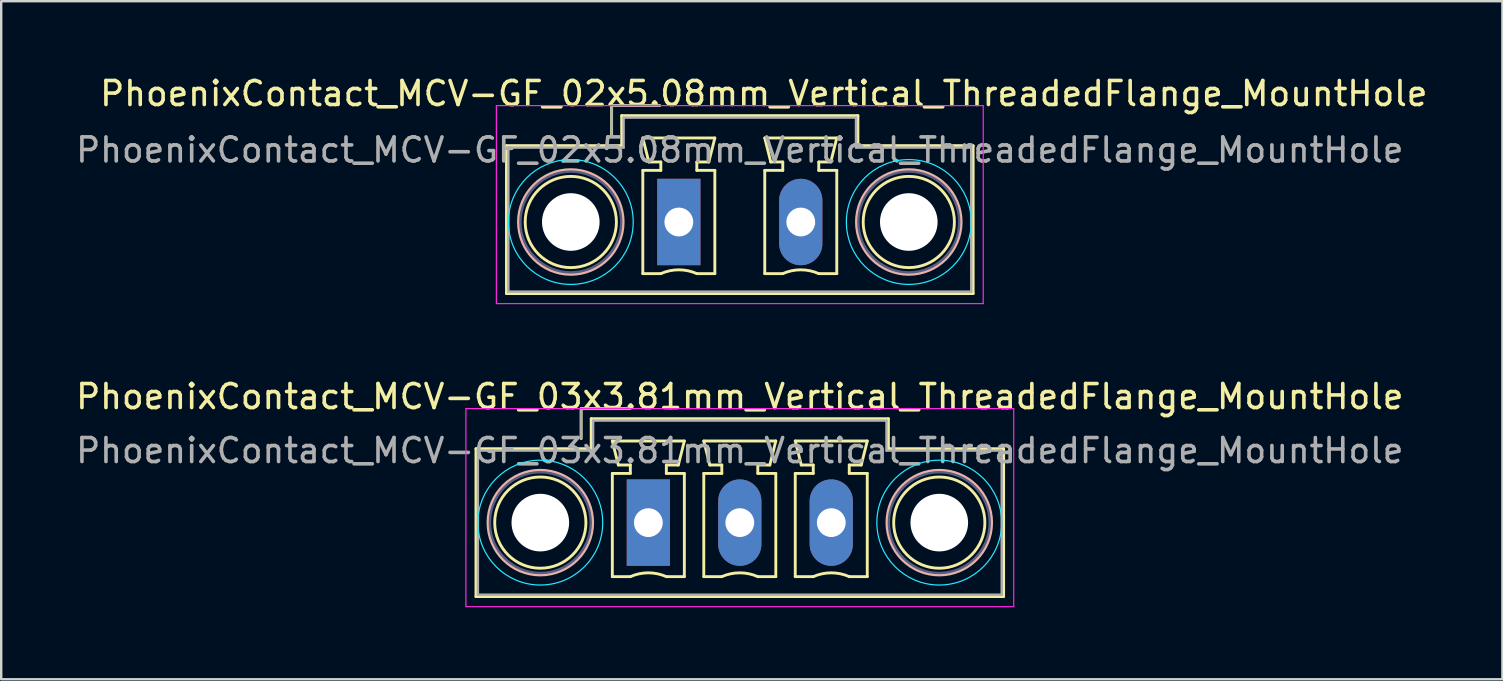
<source format=kicad_pcb>
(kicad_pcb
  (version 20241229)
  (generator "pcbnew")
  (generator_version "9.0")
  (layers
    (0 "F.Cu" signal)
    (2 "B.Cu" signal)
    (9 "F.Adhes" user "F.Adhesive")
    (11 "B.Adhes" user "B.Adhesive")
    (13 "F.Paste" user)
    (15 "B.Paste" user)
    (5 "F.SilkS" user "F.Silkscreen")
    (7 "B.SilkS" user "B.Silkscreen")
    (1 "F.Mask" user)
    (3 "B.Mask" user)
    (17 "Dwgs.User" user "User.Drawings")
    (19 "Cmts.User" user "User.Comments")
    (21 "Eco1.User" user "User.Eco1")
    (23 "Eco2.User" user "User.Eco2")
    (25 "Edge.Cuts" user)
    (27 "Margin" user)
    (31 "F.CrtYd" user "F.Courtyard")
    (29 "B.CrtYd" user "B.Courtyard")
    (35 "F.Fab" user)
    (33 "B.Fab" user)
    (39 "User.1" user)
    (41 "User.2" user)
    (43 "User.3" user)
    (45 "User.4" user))
  (footprint "PhoenixContact_MCV-GF_02x5.08mm_Vertical_ThreadedFlange_MountHole"
    (layer "F.Cu")
    (at 25.228 6.198)
    (property "Reference" "PhoenixContact_MCV-GF_02x5.08mm_Vertical_ThreadedFlange_MountHole" (at 3.54 -5.35 0) (layer "F.SilkS") (effects (font (size 1 1) (thickness 0.15))))
    (attr through_hole)
    (fp_line (start -7.18 -3.18) (end -7.18 2.98) (stroke (width 0.12) (type solid)) (layer "F.SilkS"))
    (fp_line (start -7.18 2.98) (end 12.26 2.98) (stroke (width 0.12) (type solid)) (layer "F.SilkS"))
    (fp_line (start -2.8 -4.85) (end -0.8 -4.85) (stroke (width 0.12) (type solid)) (layer "F.SilkS"))
    (fp_line (start -2.8 -3.6) (end -2.8 -4.85) (stroke (width 0.12) (type solid)) (layer "F.SilkS"))
    (fp_line (start -2.38 -4.43) (end -2.38 -3.18) (stroke (width 0.12) (type solid)) (layer "F.SilkS"))
    (fp_line (start -2.38 -3.18) (end -7.18 -3.18) (stroke (width 0.12) (type solid)) (layer "F.SilkS"))
    (fp_line (start -1.5 -3.5) (end 1.5 -3.5) (stroke (width 0.12) (type solid)) (layer "F.SilkS"))
    (fp_line (start -1.5 -2.15) (end -0.75 -2.15) (stroke (width 0.12) (type solid)) (layer "F.SilkS"))
    (fp_line (start -1.5 2.15) (end -1.5 -2.15) (stroke (width 0.12) (type solid)) (layer "F.SilkS"))
    (fp_line (start -1.25 -2.5) (end -1.5 -3.5) (stroke (width 0.12) (type solid)) (layer "F.SilkS"))
    (fp_line (start -0.75 -2.5) (end -1.25 -2.5) (stroke (width 0.12) (type solid)) (layer "F.SilkS"))
    (fp_line (start -0.75 -2.15) (end -0.75 -2.5) (stroke (width 0.12) (type solid)) (layer "F.SilkS"))
    (fp_line (start -0.75 2.15) (end -1.5 2.15) (stroke (width 0.12) (type solid)) (layer "F.SilkS"))
    (fp_line (start 0.75 -2.5) (end 0.75 -2.15) (stroke (width 0.12) (type solid)) (layer "F.SilkS"))
    (fp_line (start 0.75 -2.15) (end 1.5 -2.15) (stroke (width 0.12) (type solid)) (layer "F.SilkS"))
    (fp_line (start 1.25 -2.5) (end 0.75 -2.5) (stroke (width 0.12) (type solid)) (layer "F.SilkS"))
    (fp_line (start 1.5 -3.5) (end 1.25 -2.5) (stroke (width 0.12) (type solid)) (layer "F.SilkS"))
    (fp_line (start 1.5 -2.15) (end 1.5 2.15) (stroke (width 0.12) (type solid)) (layer "F.SilkS"))
    (fp_line (start 1.5 2.15) (end 0.75 2.15) (stroke (width 0.12) (type solid)) (layer "F.SilkS"))
    (fp_line (start 3.58 -3.5) (end 6.58 -3.5) (stroke (width 0.12) (type solid)) (layer "F.SilkS"))
    (fp_line (start 3.58 -2.15) (end 4.33 -2.15) (stroke (width 0.12) (type solid)) (layer "F.SilkS"))
    (fp_line (start 3.58 2.15) (end 3.58 -2.15) (stroke (width 0.12) (type solid)) (layer "F.SilkS"))
    (fp_line (start 3.83 -2.5) (end 3.58 -3.5) (stroke (width 0.12) (type solid)) (layer "F.SilkS"))
    (fp_line (start 4.33 -2.5) (end 3.83 -2.5) (stroke (width 0.12) (type solid)) (layer "F.SilkS"))
    (fp_line (start 4.33 -2.15) (end 4.33 -2.5) (stroke (width 0.12) (type solid)) (layer "F.SilkS"))
    (fp_line (start 4.33 2.15) (end 3.58 2.15) (stroke (width 0.12) (type solid)) (layer "F.SilkS"))
    (fp_line (start 5.83 -2.5) (end 5.83 -2.15) (stroke (width 0.12) (type solid)) (layer "F.SilkS"))
    (fp_line (start 5.83 -2.15) (end 6.58 -2.15) (stroke (width 0.12) (type solid)) (layer "F.SilkS"))
    (fp_line (start 6.33 -2.5) (end 5.83 -2.5) (stroke (width 0.12) (type solid)) (layer "F.SilkS"))
    (fp_line (start 6.58 -3.5) (end 6.33 -2.5) (stroke (width 0.12) (type solid)) (layer "F.SilkS"))
    (fp_line (start 6.58 -2.15) (end 6.58 2.15) (stroke (width 0.12) (type solid)) (layer "F.SilkS"))
    (fp_line (start 6.58 2.15) (end 5.83 2.15) (stroke (width 0.12) (type solid)) (layer "F.SilkS"))
    (fp_line (start 7.46 -4.43) (end -2.38 -4.43) (stroke (width 0.12) (type solid)) (layer "F.SilkS"))
    (fp_line (start 7.46 -3.18) (end 7.46 -4.43) (stroke (width 0.12) (type solid)) (layer "F.SilkS"))
    (fp_line (start 12.26 -3.18) (end 7.46 -3.18) (stroke (width 0.12) (type solid)) (layer "F.SilkS"))
    (fp_line (start 12.26 2.98) (end 12.26 -3.18) (stroke (width 0.12) (type solid)) (layer "F.SilkS"))
    (fp_arc (start -0.75 2.15) (mid -0.000193 1.99191) (end 0.749647 2.149844) (stroke (width 0.12) (type solid)) (layer "F.SilkS"))
    (fp_arc (start 4.33 2.15) (mid 5.079807 1.99191) (end 5.829647 2.149844) (stroke (width 0.12) (type solid)) (layer "F.SilkS"))
    (fp_circle (center -4.5 0) (end -2.6 0) (stroke (width 0.12) (type solid)) (fill no) (layer "F.SilkS"))
    (fp_circle (center 9.58 0) (end 11.48 0) (stroke (width 0.12) (type solid)) (fill no) (layer "F.SilkS"))
    (fp_circle (center -4.5 0) (end -2.32 0) (stroke (width 0.12) (type solid)) (fill no) (layer "B.SilkS"))
    (fp_circle (center 9.58 0) (end 11.76 0) (stroke (width 0.12) (type solid)) (fill no) (layer "B.SilkS"))
    (fp_circle (center -4.5 0) (end -1.9 0) (stroke (width 0.05) (type solid)) (fill no) (layer "B.CrtYd"))
    (fp_circle (center 9.58 0) (end 12.18 0) (stroke (width 0.05) (type solid)) (fill no) (layer "B.CrtYd"))
    (fp_line (start -7.6 -4.85) (end -7.6 3.4) (stroke (width 0.05) (type solid)) (layer "F.CrtYd"))
    (fp_line (start -7.6 3.4) (end 12.68 3.4) (stroke (width 0.05) (type solid)) (layer "F.CrtYd"))
    (fp_line (start 12.68 -4.85) (end -7.6 -4.85) (stroke (width 0.05) (type solid)) (layer "F.CrtYd"))
    (fp_line (start 12.68 3.4) (end 12.68 -4.85) (stroke (width 0.05) (type solid)) (layer "F.CrtYd"))
    (fp_circle (center -4.5 0) (end -2.4 0) (stroke (width 0.1) (type solid)) (fill no) (layer "B.Fab"))
    (fp_circle (center 9.58 0) (end 11.68 0) (stroke (width 0.1) (type solid)) (fill no) (layer "B.Fab"))
    (fp_line (start -7.1 -3.1) (end -7.1 2.9) (stroke (width 0.1) (type solid)) (layer "F.Fab"))
    (fp_line (start -7.1 2.9) (end 12.18 2.9) (stroke (width 0.1) (type solid)) (layer "F.Fab"))
    (fp_line (start -2.8 -4.85) (end -0.8 -4.85) (stroke (width 0.1) (type solid)) (layer "F.Fab"))
    (fp_line (start -2.8 -3.6) (end -2.8 -4.85) (stroke (width 0.1) (type solid)) (layer "F.Fab"))
    (fp_line (start -2.3 -4.35) (end -2.3 -3.1) (stroke (width 0.1) (type solid)) (layer "F.Fab"))
    (fp_line (start -2.3 -3.1) (end -7.1 -3.1) (stroke (width 0.1) (type solid)) (layer "F.Fab"))
    (fp_line (start 7.38 -4.35) (end -2.3 -4.35) (stroke (width 0.1) (type solid)) (layer "F.Fab"))
    (fp_line (start 7.38 -3.1) (end 7.38 -4.35) (stroke (width 0.1) (type solid)) (layer "F.Fab"))
    (fp_line (start 12.18 -3.1) (end 7.38 -3.1) (stroke (width 0.1) (type solid)) (layer "F.Fab"))
    (fp_line (start 12.18 2.9) (end 12.18 -3.1) (stroke (width 0.1) (type solid)) (layer "F.Fab"))
    (fp_text user "${REFERENCE}" (at 2.54 -3 0) (layer "F.Fab") (effects (font (size 1 1) (thickness 0.15))))
    (pad "" np_thru_hole circle (at -4.5 0) (size 2.4 2.4) (drill 2.4) (layers "*.Cu" "*.Mask"))
    (pad "" np_thru_hole circle (at 9.58 0) (size 2.4 2.4) (drill 2.4) (layers "*.Cu" "*.Mask"))
    (pad "1" thru_hole rect (at 0 0) (size 1.8 3.6) (drill 1.2) (layers "*.Cu" "*.Mask"))
    (pad "2" thru_hole oval (at 5.08 0) (size 1.8 3.6) (drill 1.2) (layers "*.Cu" "*.Mask")))
  (footprint "PhoenixContact_MCV-GF_03x3.81mm_Vertical_ThreadedFlange_MountHole"
    (layer "F.Cu")
    (at 23.958 18.721)
    (property "Reference" "PhoenixContact_MCV-GF_03x3.81mm_Vertical_ThreadedFlange_MountHole" (at 3.81 -5.25 0) (layer "F.SilkS") (effects (font (size 1 1) (thickness 0.15))))
    (attr through_hole)
    (fp_line (start -7.18 -3.08) (end -7.18 3.08) (stroke (width 0.12) (type solid)) (layer "F.SilkS"))
    (fp_line (start -7.18 3.08) (end 14.8 3.08) (stroke (width 0.12) (type solid)) (layer "F.SilkS"))
    (fp_line (start -2.8 -4.75) (end -0.8 -4.75) (stroke (width 0.12) (type solid)) (layer "F.SilkS"))
    (fp_line (start -2.8 -3.5) (end -2.8 -4.75) (stroke (width 0.12) (type solid)) (layer "F.SilkS"))
    (fp_line (start -2.38 -4.33) (end -2.38 -3.08) (stroke (width 0.12) (type solid)) (layer "F.SilkS"))
    (fp_line (start -2.38 -3.08) (end -7.18 -3.08) (stroke (width 0.12) (type solid)) (layer "F.SilkS"))
    (fp_line (start -1.5 -3.4) (end 1.5 -3.4) (stroke (width 0.12) (type solid)) (layer "F.SilkS"))
    (fp_line (start -1.5 -2.05) (end -0.75 -2.05) (stroke (width 0.12) (type solid)) (layer "F.SilkS"))
    (fp_line (start -1.5 2.25) (end -1.5 -2.05) (stroke (width 0.12) (type solid)) (layer "F.SilkS"))
    (fp_line (start -1.25 -2.4) (end -1.5 -3.4) (stroke (width 0.12) (type solid)) (layer "F.SilkS"))
    (fp_line (start -0.75 -2.4) (end -1.25 -2.4) (stroke (width 0.12) (type solid)) (layer "F.SilkS"))
    (fp_line (start -0.75 -2.05) (end -0.75 -2.4) (stroke (width 0.12) (type solid)) (layer "F.SilkS"))
    (fp_line (start -0.75 2.25) (end -1.5 2.25) (stroke (width 0.12) (type solid)) (layer "F.SilkS"))
    (fp_line (start 0.75 -2.4) (end 0.75 -2.05) (stroke (width 0.12) (type solid)) (layer "F.SilkS"))
    (fp_line (start 0.75 -2.05) (end 1.5 -2.05) (stroke (width 0.12) (type solid)) (layer "F.SilkS"))
    (fp_line (start 1.25 -2.4) (end 0.75 -2.4) (stroke (width 0.12) (type solid)) (layer "F.SilkS"))
    (fp_line (start 1.5 -3.4) (end 1.25 -2.4) (stroke (width 0.12) (type solid)) (layer "F.SilkS"))
    (fp_line (start 1.5 -2.05) (end 1.5 2.25) (stroke (width 0.12) (type solid)) (layer "F.SilkS"))
    (fp_line (start 1.5 2.25) (end 0.75 2.25) (stroke (width 0.12) (type solid)) (layer "F.SilkS"))
    (fp_line (start 2.31 -3.4) (end 5.31 -3.4) (stroke (width 0.12) (type solid)) (layer "F.SilkS"))
    (fp_line (start 2.31 -2.05) (end 3.06 -2.05) (stroke (width 0.12) (type solid)) (layer "F.SilkS"))
    (fp_line (start 2.31 2.25) (end 2.31 -2.05) (stroke (width 0.12) (type solid)) (layer "F.SilkS"))
    (fp_line (start 2.56 -2.4) (end 2.31 -3.4) (stroke (width 0.12) (type solid)) (layer "F.SilkS"))
    (fp_line (start 3.06 -2.4) (end 2.56 -2.4) (stroke (width 0.12) (type solid)) (layer "F.SilkS"))
    (fp_line (start 3.06 -2.05) (end 3.06 -2.4) (stroke (width 0.12) (type solid)) (layer "F.SilkS"))
    (fp_line (start 3.06 2.25) (end 2.31 2.25) (stroke (width 0.12) (type solid)) (layer "F.SilkS"))
    (fp_line (start 4.56 -2.4) (end 4.56 -2.05) (stroke (width 0.12) (type solid)) (layer "F.SilkS"))
    (fp_line (start 4.56 -2.05) (end 5.31 -2.05) (stroke (width 0.12) (type solid)) (layer "F.SilkS"))
    (fp_line (start 5.06 -2.4) (end 4.56 -2.4) (stroke (width 0.12) (type solid)) (layer "F.SilkS"))
    (fp_line (start 5.31 -3.4) (end 5.06 -2.4) (stroke (width 0.12) (type solid)) (layer "F.SilkS"))
    (fp_line (start 5.31 -2.05) (end 5.31 2.25) (stroke (width 0.12) (type solid)) (layer "F.SilkS"))
    (fp_line (start 5.31 2.25) (end 4.56 2.25) (stroke (width 0.12) (type solid)) (layer "F.SilkS"))
    (fp_line (start 6.12 -3.4) (end 9.12 -3.4) (stroke (width 0.12) (type solid)) (layer "F.SilkS"))
    (fp_line (start 6.12 -2.05) (end 6.87 -2.05) (stroke (width 0.12) (type solid)) (layer "F.SilkS"))
    (fp_line (start 6.12 2.25) (end 6.12 -2.05) (stroke (width 0.12) (type solid)) (layer "F.SilkS"))
    (fp_line (start 6.37 -2.4) (end 6.12 -3.4) (stroke (width 0.12) (type solid)) (layer "F.SilkS"))
    (fp_line (start 6.87 -2.4) (end 6.37 -2.4) (stroke (width 0.12) (type solid)) (layer "F.SilkS"))
    (fp_line (start 6.87 -2.05) (end 6.87 -2.4) (stroke (width 0.12) (type solid)) (layer "F.SilkS"))
    (fp_line (start 6.87 2.25) (end 6.12 2.25) (stroke (width 0.12) (type solid)) (layer "F.SilkS"))
    (fp_line (start 8.37 -2.4) (end 8.37 -2.05) (stroke (width 0.12) (type solid)) (layer "F.SilkS"))
    (fp_line (start 8.37 -2.05) (end 9.12 -2.05) (stroke (width 0.12) (type solid)) (layer "F.SilkS"))
    (fp_line (start 8.87 -2.4) (end 8.37 -2.4) (stroke (width 0.12) (type solid)) (layer "F.SilkS"))
    (fp_line (start 9.12 -3.4) (end 8.87 -2.4) (stroke (width 0.12) (type solid)) (layer "F.SilkS"))
    (fp_line (start 9.12 -2.05) (end 9.12 2.25) (stroke (width 0.12) (type solid)) (layer "F.SilkS"))
    (fp_line (start 9.12 2.25) (end 8.37 2.25) (stroke (width 0.12) (type solid)) (layer "F.SilkS"))
    (fp_line (start 10 -4.33) (end -2.38 -4.33) (stroke (width 0.12) (type solid)) (layer "F.SilkS"))
    (fp_line (start 10 -3.08) (end 10 -4.33) (stroke (width 0.12) (type solid)) (layer "F.SilkS"))
    (fp_line (start 14.8 -3.08) (end 10 -3.08) (stroke (width 0.12) (type solid)) (layer "F.SilkS"))
    (fp_line (start 14.8 3.08) (end 14.8 -3.08) (stroke (width 0.12) (type solid)) (layer "F.SilkS"))
    (fp_arc (start -0.75 2.25) (mid -0.000193 2.09191) (end 0.749647 2.249844) (stroke (width 0.12) (type solid)) (layer "F.SilkS"))
    (fp_arc (start 3.06 2.25) (mid 3.809807 2.09191) (end 4.559647 2.249844) (stroke (width 0.12) (type solid)) (layer "F.SilkS"))
    (fp_arc (start 6.87 2.25) (mid 7.619807 2.09191) (end 8.369647 2.249844) (stroke (width 0.12) (type solid)) (layer "F.SilkS"))
    (fp_circle (center -4.5 0) (end -2.6 0) (stroke (width 0.12) (type solid)) (fill no) (layer "F.SilkS"))
    (fp_circle (center 12.12 0) (end 14.02 0) (stroke (width 0.12) (type solid)) (fill no) (layer "F.SilkS"))
    (fp_circle (center -4.5 0) (end -2.32 0) (stroke (width 0.12) (type solid)) (fill no) (layer "B.SilkS"))
    (fp_circle (center 12.12 0) (end 14.3 0) (stroke (width 0.12) (type solid)) (fill no) (layer "B.SilkS"))
    (fp_circle (center -4.5 0) (end -1.9 0) (stroke (width 0.05) (type solid)) (fill no) (layer "B.CrtYd"))
    (fp_circle (center 12.12 0) (end 14.72 0) (stroke (width 0.05) (type solid)) (fill no) (layer "B.CrtYd"))
    (fp_line (start -7.6 -4.75) (end -7.6 3.5) (stroke (width 0.05) (type solid)) (layer "F.CrtYd"))
    (fp_line (start -7.6 3.5) (end 15.22 3.5) (stroke (width 0.05) (type solid)) (layer "F.CrtYd"))
    (fp_line (start 15.22 -4.75) (end -7.6 -4.75) (stroke (width 0.05) (type solid)) (layer "F.CrtYd"))
    (fp_line (start 15.22 3.5) (end 15.22 -4.75) (stroke (width 0.05) (type solid)) (layer "F.CrtYd"))
    (fp_circle (center -4.5 0) (end -2.4 0) (stroke (width 0.1) (type solid)) (fill no) (layer "B.Fab"))
    (fp_circle (center 12.12 0) (end 14.22 0) (stroke (width 0.1) (type solid)) (fill no) (layer "B.Fab"))
    (fp_line (start -7.1 -3) (end -7.1 3) (stroke (width 0.1) (type solid)) (layer "F.Fab"))
    (fp_line (start -7.1 3) (end 14.72 3) (stroke (width 0.1) (type solid)) (layer "F.Fab"))
    (fp_line (start -2.8 -4.75) (end -0.8 -4.75) (stroke (width 0.1) (type solid)) (layer "F.Fab"))
    (fp_line (start -2.8 -3.5) (end -2.8 -4.75) (stroke (width 0.1) (type solid)) (layer "F.Fab"))
    (fp_line (start -2.3 -4.25) (end -2.3 -3) (stroke (width 0.1) (type solid)) (layer "F.Fab"))
    (fp_line (start -2.3 -3) (end -7.1 -3) (stroke (width 0.1) (type solid)) (layer "F.Fab"))
    (fp_line (start 9.92 -4.25) (end -2.3 -4.25) (stroke (width 0.1) (type solid)) (layer "F.Fab"))
    (fp_line (start 9.92 -3) (end 9.92 -4.25) (stroke (width 0.1) (type solid)) (layer "F.Fab"))
    (fp_line (start 14.72 -3) (end 9.92 -3) (stroke (width 0.1) (type solid)) (layer "F.Fab"))
    (fp_line (start 14.72 3) (end 14.72 -3) (stroke (width 0.1) (type solid)) (layer "F.Fab"))
    (fp_text user "${REFERENCE}" (at 3.81 -3 0) (layer "F.Fab") (effects (font (size 1 1) (thickness 0.15))))
    (pad "" np_thru_hole circle (at -4.5 0) (size 2.4 2.4) (drill 2.4) (layers "*.Cu" "*.Mask"))
    (pad "" np_thru_hole circle (at 12.12 0) (size 2.4 2.4) (drill 2.4) (layers "*.Cu" "*.Mask"))
    (pad "1" thru_hole rect (at 0 0) (size 1.8 3.6) (drill 1.2) (layers "*.Cu" "*.Mask"))
    (pad "2" thru_hole oval (at 3.81 0) (size 1.8 3.6) (drill 1.2) (layers "*.Cu" "*.Mask"))
    (pad "3" thru_hole oval (at 7.62 0) (size 1.8 3.6) (drill 1.2) (layers "*.Cu" "*.Mask")))
  (gr_rect
    (start -3 -3)
    (end 59.536 25.247)
    (stroke (width 0.1) (type default))
    (fill no)
    (layer "Edge.Cuts")))
</source>
